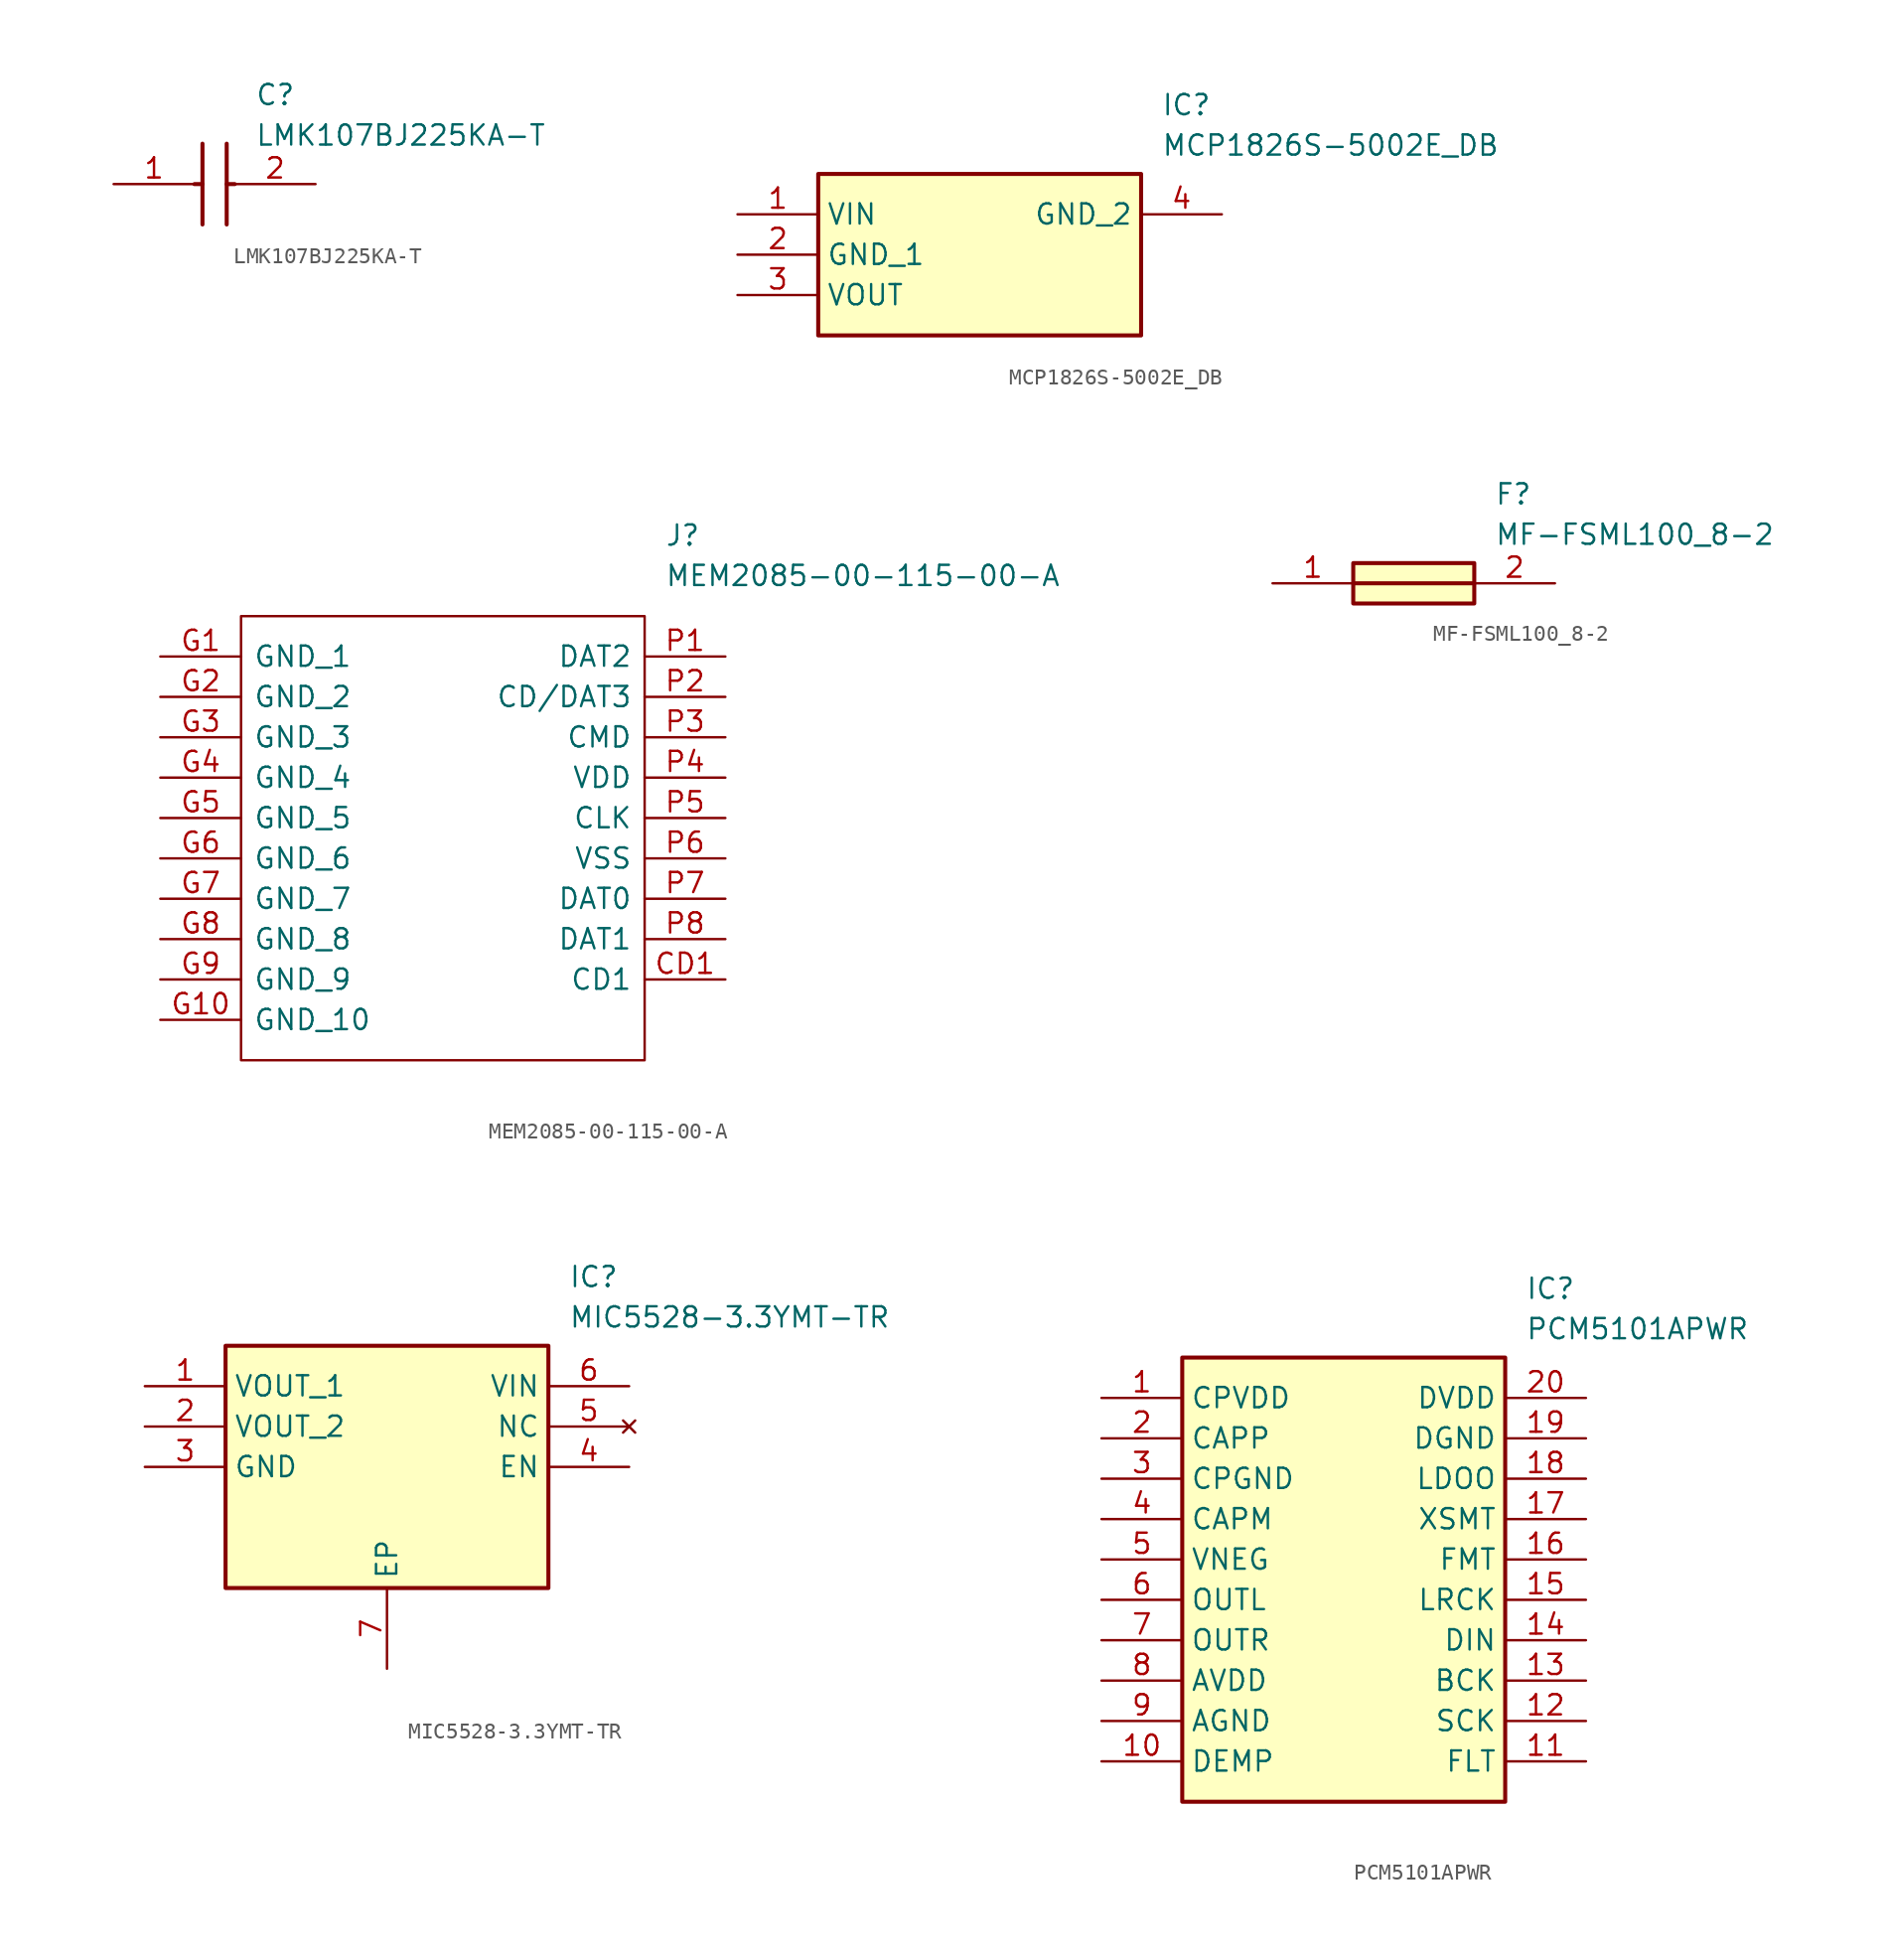
<source format=kicad_sym>
(kicad_symbol_lib
  (version 20231120)
  (generator "kicad_symbol_editor")
  (generator_version "8.0")
  (symbol "LMK107BJ225KA-T"
    (pin_names hide)
    (property "Reference" "C"
      (at 8.89 6.35 0)
      (effects (font (size 1.27 1.27)) (justify left top)))
    (property "Value" "LMK107BJ225KA-T"
      (at 8.89 3.81 0)
      (effects (font (size 1.27 1.27)) (justify left top)))
    (polyline
      (pts (xy 5.588 2.54) (xy 5.588 -2.54))
      (stroke (width 0.254) (type default))
      (fill (type none)))
    (polyline
      (pts (xy 7.112 2.54) (xy 7.112 -2.54))
      (stroke (width 0.254) (type default))
      (fill (type none)))
    (polyline
      (pts (xy 5.08 0) (xy 5.588 0))
      (stroke (width 0.254) (type default))
      (fill (type none)))
    (polyline
      (pts (xy 7.112 0) (xy 7.62 0))
      (stroke (width 0.254) (type default))
      (fill (type none)))
    (pin passive line
      (at 0 0 0)
      (length 5.08)
      (name "1" (effects (font (size 1.27 1.27))))
      (number "1" (effects (font (size 1.27 1.27)))))
    (pin passive line
      (at 12.7 0 180)
      (length 5.08)
      (name "2" (effects (font (size 1.27 1.27))))
      (number "2" (effects (font (size 1.27 1.27))))))
  (symbol "MCP1826S-5002E_DB"
    (property "Reference" "IC"
      (at 26.67 7.62 0)
      (effects (font (size 1.27 1.27)) (justify left top)))
    (property "Value" "MCP1826S-5002E_DB"
      (at 26.67 5.08 0)
      (effects (font (size 1.27 1.27)) (justify left top)))
    (symbol "MCP1826S-5002E_DB_1_1"
      (rectangle (start 5.08 2.54) (end 25.4 -7.62) (stroke (width 0.254) (type default)) (fill (type background)))
      (pin passive line (at 0 0 0) (length 5.08) (name "VIN" (effects (font (size 1.27 1.27)))) (number "1" (effects (font (size 1.27 1.27)))))
      (pin passive line (at 0 -2.54 0) (length 5.08) (name "GND_1" (effects (font (size 1.27 1.27)))) (number "2" (effects (font (size 1.27 1.27)))))
      (pin passive line (at 0 -5.08 0) (length 5.08) (name "VOUT" (effects (font (size 1.27 1.27)))) (number "3" (effects (font (size 1.27 1.27)))))
      (pin passive line (at 30.48 0 180) (length 5.08) (name "GND_2" (effects (font (size 1.27 1.27)))) (number "4" (effects (font (size 1.27 1.27)))))))
  (symbol "MEM2085-00-115-00-A"
    (pin_names
      (offset 0.762))
    (property "Reference" "J"
      (at 31.75 7.62 0)
      (effects (font (size 1.27 1.27)) (justify left)))
    (property "Value" "MEM2085-00-115-00-A"
      (at 31.75 5.08 0)
      (effects (font (size 1.27 1.27)) (justify left)))
    (symbol "MEM2085-00-115-00-A_0_0"
      (pin passive line (at 35.56 -20.32 180) (length 5.08) (name "CD1" (effects (font (size 1.27 1.27)))) (number "CD1" (effects (font (size 1.27 1.27)))))
      (pin passive line (at 0 0 0) (length 5.08) (name "GND_1" (effects (font (size 1.27 1.27)))) (number "G1" (effects (font (size 1.27 1.27)))))
      (pin passive line (at 0 -22.86 0) (length 5.08) (name "GND_10" (effects (font (size 1.27 1.27)))) (number "G10" (effects (font (size 1.27 1.27)))))
      (pin passive line (at 0 -2.54 0) (length 5.08) (name "GND_2" (effects (font (size 1.27 1.27)))) (number "G2" (effects (font (size 1.27 1.27)))))
      (pin passive line (at 0 -5.08 0) (length 5.08) (name "GND_3" (effects (font (size 1.27 1.27)))) (number "G3" (effects (font (size 1.27 1.27)))))
      (pin passive line (at 0 -7.62 0) (length 5.08) (name "GND_4" (effects (font (size 1.27 1.27)))) (number "G4" (effects (font (size 1.27 1.27)))))
      (pin passive line (at 0 -10.16 0) (length 5.08) (name "GND_5" (effects (font (size 1.27 1.27)))) (number "G5" (effects (font (size 1.27 1.27)))))
      (pin passive line (at 0 -12.7 0) (length 5.08) (name "GND_6" (effects (font (size 1.27 1.27)))) (number "G6" (effects (font (size 1.27 1.27)))))
      (pin passive line (at 0 -15.24 0) (length 5.08) (name "GND_7" (effects (font (size 1.27 1.27)))) (number "G7" (effects (font (size 1.27 1.27)))))
      (pin passive line (at 0 -17.78 0) (length 5.08) (name "GND_8" (effects (font (size 1.27 1.27)))) (number "G8" (effects (font (size 1.27 1.27)))))
      (pin passive line (at 0 -20.32 0) (length 5.08) (name "GND_9" (effects (font (size 1.27 1.27)))) (number "G9" (effects (font (size 1.27 1.27)))))
      (pin passive line (at 35.56 0 180) (length 5.08) (name "DAT2" (effects (font (size 1.27 1.27)))) (number "P1" (effects (font (size 1.27 1.27)))))
      (pin passive line (at 35.56 -2.54 180) (length 5.08) (name "CD/DAT3" (effects (font (size 1.27 1.27)))) (number "P2" (effects (font (size 1.27 1.27)))))
      (pin passive line (at 35.56 -5.08 180) (length 5.08) (name "CMD" (effects (font (size 1.27 1.27)))) (number "P3" (effects (font (size 1.27 1.27)))))
      (pin passive line (at 35.56 -7.62 180) (length 5.08) (name "VDD" (effects (font (size 1.27 1.27)))) (number "P4" (effects (font (size 1.27 1.27)))))
      (pin passive line (at 35.56 -10.16 180) (length 5.08) (name "CLK" (effects (font (size 1.27 1.27)))) (number "P5" (effects (font (size 1.27 1.27)))))
      (pin passive line (at 35.56 -12.7 180) (length 5.08) (name "VSS" (effects (font (size 1.27 1.27)))) (number "P6" (effects (font (size 1.27 1.27)))))
      (pin passive line (at 35.56 -15.24 180) (length 5.08) (name "DAT0" (effects (font (size 1.27 1.27)))) (number "P7" (effects (font (size 1.27 1.27)))))
      (pin passive line (at 35.56 -17.78 180) (length 5.08) (name "DAT1" (effects (font (size 1.27 1.27)))) (number "P8" (effects (font (size 1.27 1.27))))))
    (symbol "MEM2085-00-115-00-A_0_1"
      (polyline (pts (xy 5.08 2.54) (xy 30.48 2.54) (xy 30.48 -25.4) (xy 5.08 -25.4) (xy 5.08 2.54)) (stroke (width 0.152) (type solid)) (fill (type none)))))
  (symbol "MF-FSML100_8-2"
    (pin_names hide)
    (property "Reference" "F"
      (at 13.97 6.35 0)
      (effects (font (size 1.27 1.27)) (justify left top)))
    (property "Value" "MF-FSML100_8-2"
      (at 13.97 3.81 0)
      (effects (font (size 1.27 1.27)) (justify left top)))
    (symbol "MF-FSML100_8-2_1_1"
      (polyline (pts (xy 5.08 0) (xy 12.7 0)) (stroke (width 0.254) (type default)) (fill (type none)))
      (rectangle (start 5.08 1.27) (end 12.7 -1.27) (stroke (width 0.254) (type default)) (fill (type background)))
      (pin passive line (at 0 0 0) (length 5.08) (name "1" (effects (font (size 1.27 1.27)))) (number "1" (effects (font (size 1.27 1.27)))))
      (pin passive line (at 17.78 0 180) (length 5.08) (name "2" (effects (font (size 1.27 1.27)))) (number "2" (effects (font (size 1.27 1.27)))))))
  (symbol "MIC5528-3.3YMT-TR"
    (property "Reference" "IC"
      (at 26.67 7.62 0)
      (effects (font (size 1.27 1.27)) (justify left top)))
    (property "Value" "MIC5528-3.3YMT-TR"
      (at 26.67 5.08 0)
      (effects (font (size 1.27 1.27)) (justify left top)))
    (rectangle
      (start 5.08 2.54)
      (end 25.4 -12.7)
      (stroke (width 0.254) (type default))
      (fill (type background)))
    (pin passive line
      (at 0 0 0)
      (length 5.08)
      (name "VOUT_1" (effects (font (size 1.27 1.27))))
      (number "1" (effects (font (size 1.27 1.27)))))
    (pin passive line
      (at 0 -2.54 0)
      (length 5.08)
      (name "VOUT_2" (effects (font (size 1.27 1.27))))
      (number "2" (effects (font (size 1.27 1.27)))))
    (pin passive line
      (at 0 -5.08 0)
      (length 5.08)
      (name "GND" (effects (font (size 1.27 1.27))))
      (number "3" (effects (font (size 1.27 1.27)))))
    (pin passive line
      (at 15.24 -17.78 90)
      (length 5.08)
      (name "EP" (effects (font (size 1.27 1.27))))
      (number "7" (effects (font (size 1.27 1.27)))))
    (pin passive line
      (at 30.48 0 180)
      (length 5.08)
      (name "VIN" (effects (font (size 1.27 1.27))))
      (number "6" (effects (font (size 1.27 1.27)))))
    (pin no_connect line
      (at 30.48 -2.54 180)
      (length 5.08)
      (name "NC" (effects (font (size 1.27 1.27))))
      (number "5" (effects (font (size 1.27 1.27)))))
    (pin passive line
      (at 30.48 -5.08 180)
      (length 5.08)
      (name "EN" (effects (font (size 1.27 1.27))))
      (number "4" (effects (font (size 1.27 1.27))))))
  (symbol "PCM5101APWR"
    (property "Reference" "IC"
      (at 26.67 7.62 0)
      (effects (font (size 1.27 1.27)) (justify left top)))
    (property "Value" "PCM5101APWR"
      (at 26.67 5.08 0)
      (effects (font (size 1.27 1.27)) (justify left top)))
    (rectangle
      (start 5.08 2.54)
      (end 25.4 -25.4)
      (stroke (width 0.254) (type default))
      (fill (type background)))
    (pin passive line
      (at 0 0 0)
      (length 5.08)
      (name "CPVDD" (effects (font (size 1.27 1.27))))
      (number "1" (effects (font (size 1.27 1.27)))))
    (pin passive line
      (at 0 -2.54 0)
      (length 5.08)
      (name "CAPP" (effects (font (size 1.27 1.27))))
      (number "2" (effects (font (size 1.27 1.27)))))
    (pin passive line
      (at 0 -5.08 0)
      (length 5.08)
      (name "CPGND" (effects (font (size 1.27 1.27))))
      (number "3" (effects (font (size 1.27 1.27)))))
    (pin passive line
      (at 0 -7.62 0)
      (length 5.08)
      (name "CAPM" (effects (font (size 1.27 1.27))))
      (number "4" (effects (font (size 1.27 1.27)))))
    (pin passive line
      (at 0 -10.16 0)
      (length 5.08)
      (name "VNEG" (effects (font (size 1.27 1.27))))
      (number "5" (effects (font (size 1.27 1.27)))))
    (pin passive line
      (at 0 -12.7 0)
      (length 5.08)
      (name "OUTL" (effects (font (size 1.27 1.27))))
      (number "6" (effects (font (size 1.27 1.27)))))
    (pin passive line
      (at 0 -15.24 0)
      (length 5.08)
      (name "OUTR" (effects (font (size 1.27 1.27))))
      (number "7" (effects (font (size 1.27 1.27)))))
    (pin passive line
      (at 0 -17.78 0)
      (length 5.08)
      (name "AVDD" (effects (font (size 1.27 1.27))))
      (number "8" (effects (font (size 1.27 1.27)))))
    (pin passive line
      (at 0 -20.32 0)
      (length 5.08)
      (name "AGND" (effects (font (size 1.27 1.27))))
      (number "9" (effects (font (size 1.27 1.27)))))
    (pin passive line
      (at 0 -22.86 0)
      (length 5.08)
      (name "DEMP" (effects (font (size 1.27 1.27))))
      (number "10" (effects (font (size 1.27 1.27)))))
    (pin passive line
      (at 30.48 0 180)
      (length 5.08)
      (name "DVDD" (effects (font (size 1.27 1.27))))
      (number "20" (effects (font (size 1.27 1.27)))))
    (pin passive line
      (at 30.48 -2.54 180)
      (length 5.08)
      (name "DGND" (effects (font (size 1.27 1.27))))
      (number "19" (effects (font (size 1.27 1.27)))))
    (pin passive line
      (at 30.48 -5.08 180)
      (length 5.08)
      (name "LDOO" (effects (font (size 1.27 1.27))))
      (number "18" (effects (font (size 1.27 1.27)))))
    (pin passive line
      (at 30.48 -7.62 180)
      (length 5.08)
      (name "XSMT" (effects (font (size 1.27 1.27))))
      (number "17" (effects (font (size 1.27 1.27)))))
    (pin passive line
      (at 30.48 -10.16 180)
      (length 5.08)
      (name "FMT" (effects (font (size 1.27 1.27))))
      (number "16" (effects (font (size 1.27 1.27)))))
    (pin passive line
      (at 30.48 -12.7 180)
      (length 5.08)
      (name "LRCK" (effects (font (size 1.27 1.27))))
      (number "15" (effects (font (size 1.27 1.27)))))
    (pin passive line
      (at 30.48 -15.24 180)
      (length 5.08)
      (name "DIN" (effects (font (size 1.27 1.27))))
      (number "14" (effects (font (size 1.27 1.27)))))
    (pin passive line
      (at 30.48 -17.78 180)
      (length 5.08)
      (name "BCK" (effects (font (size 1.27 1.27))))
      (number "13" (effects (font (size 1.27 1.27)))))
    (pin passive line
      (at 30.48 -20.32 180)
      (length 5.08)
      (name "SCK" (effects (font (size 1.27 1.27))))
      (number "12" (effects (font (size 1.27 1.27)))))
    (pin passive line
      (at 30.48 -22.86 180)
      (length 5.08)
      (name "FLT" (effects (font (size 1.27 1.27))))
      (number "11" (effects (font (size 1.27 1.27)))))))
</source>
